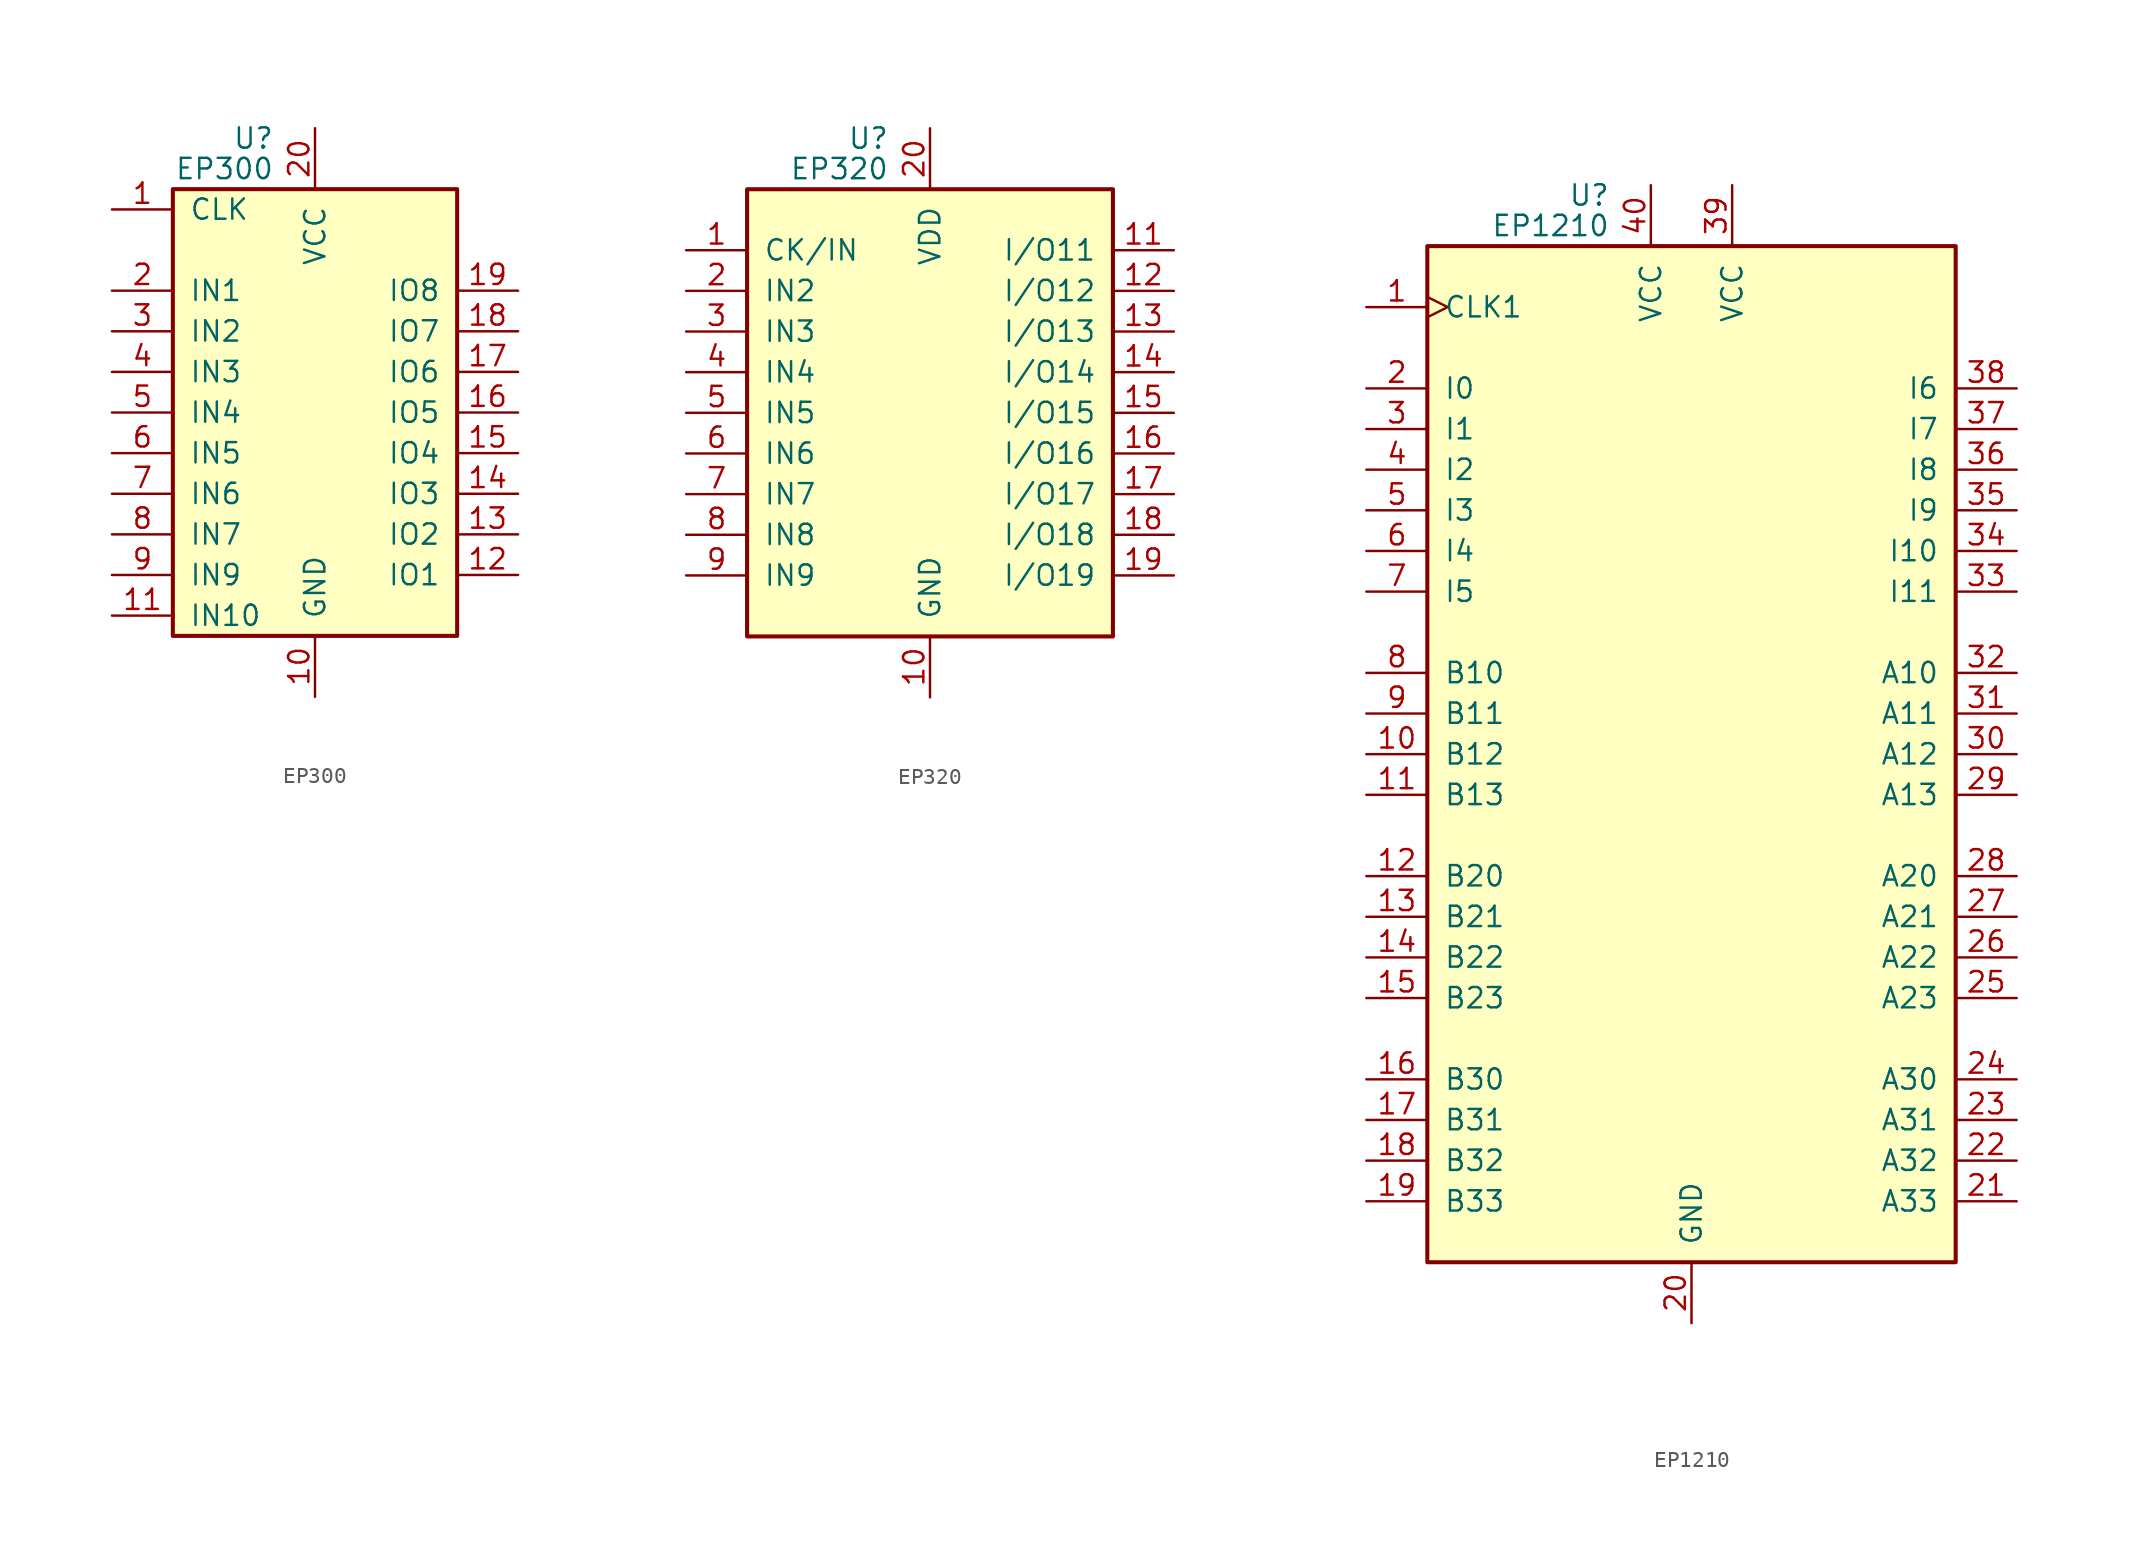
<source format=kicad_sym>
(kicad_symbol_lib
  (version 20241209)
  (generator "kicad_symbol_editor")
  (generator_version "9.0")
  (symbol "EP300"
    (pin_names
      (offset 1.016))
    (property "Reference" "U"
      (at -2.54 17.145 0)
      (effects (font (size 1.27 1.27)) (justify right)))
    (property "Value" "EP300"
      (at -2.54 15.24 0)
      (effects (font (size 1.27 1.27)) (justify right)))
    (symbol "EP300_0_1"
      (rectangle (start -8.89 -13.97) (end 8.89 13.97) (stroke (width 0.254) (type default)) (fill (type background))))
    (symbol "EP300_1_1"
      (pin input line (at -12.7 12.7 0) (length 3.81) (name "CLK" (effects (font (size 1.27 1.27)))) (number "1" (effects (font (size 1.27 1.27)))))
      (pin input line (at -12.7 7.62 0) (length 3.81) (name "IN1" (effects (font (size 1.27 1.27)))) (number "2" (effects (font (size 1.27 1.27)))))
      (pin input line (at -12.7 5.08 0) (length 3.81) (name "IN2" (effects (font (size 1.27 1.27)))) (number "3" (effects (font (size 1.27 1.27)))))
      (pin input line (at -12.7 2.54 0) (length 3.81) (name "IN3" (effects (font (size 1.27 1.27)))) (number "4" (effects (font (size 1.27 1.27)))))
      (pin input line (at -12.7 0 0) (length 3.81) (name "IN4" (effects (font (size 1.27 1.27)))) (number "5" (effects (font (size 1.27 1.27)))))
      (pin input line (at -12.7 -2.54 0) (length 3.81) (name "IN5" (effects (font (size 1.27 1.27)))) (number "6" (effects (font (size 1.27 1.27)))))
      (pin input line (at -12.7 -5.08 0) (length 3.81) (name "IN6" (effects (font (size 1.27 1.27)))) (number "7" (effects (font (size 1.27 1.27)))))
      (pin input line (at -12.7 -7.62 0) (length 3.81) (name "IN7" (effects (font (size 1.27 1.27)))) (number "8" (effects (font (size 1.27 1.27)))))
      (pin input line (at -12.7 -10.16 0) (length 3.81) (name "IN9" (effects (font (size 1.27 1.27)))) (number "9" (effects (font (size 1.27 1.27)))))
      (pin input line (at -12.7 -12.7 0) (length 3.81) (name "IN10" (effects (font (size 1.27 1.27)))) (number "11" (effects (font (size 1.27 1.27)))))
      (pin power_in line (at 0 17.78 270) (length 3.81) (name "VCC" (effects (font (size 1.27 1.27)))) (number "20" (effects (font (size 1.27 1.27)))))
      (pin power_in line (at 0 -17.78 90) (length 3.81) (name "GND" (effects (font (size 1.27 1.27)))) (number "10" (effects (font (size 1.27 1.27)))))
      (pin input line (at 12.7 7.62 180) (length 3.81) (name "IO8" (effects (font (size 1.27 1.27)))) (number "19" (effects (font (size 1.27 1.27)))))
      (pin input line (at 12.7 5.08 180) (length 3.81) (name "IO7" (effects (font (size 1.27 1.27)))) (number "18" (effects (font (size 1.27 1.27)))))
      (pin input line (at 12.7 2.54 180) (length 3.81) (name "IO6" (effects (font (size 1.27 1.27)))) (number "17" (effects (font (size 1.27 1.27)))))
      (pin input line (at 12.7 0 180) (length 3.81) (name "IO5" (effects (font (size 1.27 1.27)))) (number "16" (effects (font (size 1.27 1.27)))))
      (pin input line (at 12.7 -2.54 180) (length 3.81) (name "IO4" (effects (font (size 1.27 1.27)))) (number "15" (effects (font (size 1.27 1.27)))))
      (pin input line (at 12.7 -5.08 180) (length 3.81) (name "IO3" (effects (font (size 1.27 1.27)))) (number "14" (effects (font (size 1.27 1.27)))))
      (pin input line (at 12.7 -7.62 180) (length 3.81) (name "IO2" (effects (font (size 1.27 1.27)))) (number "13" (effects (font (size 1.27 1.27)))))
      (pin input line (at 12.7 -10.16 180) (length 3.81) (name "IO1" (effects (font (size 1.27 1.27)))) (number "12" (effects (font (size 1.27 1.27)))))))
  (symbol "EP320"
    (pin_names
      (offset 1.016))
    (property "Reference" "U"
      (at -2.54 17.145 0)
      (effects (font (size 1.27 1.27)) (justify right)))
    (property "Value" "EP320"
      (at -2.54 15.24 0)
      (effects (font (size 1.27 1.27)) (justify right)))
    (symbol "EP320_0_1"
      (rectangle (start -11.43 -13.97) (end 11.43 13.97) (stroke (width 0.254) (type default)) (fill (type background))))
    (symbol "EP320_1_1"
      (pin input line (at -15.24 10.16 0) (length 3.81) (name "CK/IN" (effects (font (size 1.27 1.27)))) (number "1" (effects (font (size 1.27 1.27)))))
      (pin input line (at -15.24 7.62 0) (length 3.81) (name "IN2" (effects (font (size 1.27 1.27)))) (number "2" (effects (font (size 1.27 1.27)))))
      (pin input line (at -15.24 5.08 0) (length 3.81) (name "IN3" (effects (font (size 1.27 1.27)))) (number "3" (effects (font (size 1.27 1.27)))))
      (pin input line (at -15.24 2.54 0) (length 3.81) (name "IN4" (effects (font (size 1.27 1.27)))) (number "4" (effects (font (size 1.27 1.27)))))
      (pin input line (at -15.24 0 0) (length 3.81) (name "IN5" (effects (font (size 1.27 1.27)))) (number "5" (effects (font (size 1.27 1.27)))))
      (pin input line (at -15.24 -2.54 0) (length 3.81) (name "IN6" (effects (font (size 1.27 1.27)))) (number "6" (effects (font (size 1.27 1.27)))))
      (pin input line (at -15.24 -5.08 0) (length 3.81) (name "IN7" (effects (font (size 1.27 1.27)))) (number "7" (effects (font (size 1.27 1.27)))))
      (pin input line (at -15.24 -7.62 0) (length 3.81) (name "IN8" (effects (font (size 1.27 1.27)))) (number "8" (effects (font (size 1.27 1.27)))))
      (pin input line (at -15.24 -10.16 0) (length 3.81) (name "IN9" (effects (font (size 1.27 1.27)))) (number "9" (effects (font (size 1.27 1.27)))))
      (pin power_in line (at 0 17.78 270) (length 3.81) (name "VDD" (effects (font (size 1.27 1.27)))) (number "20" (effects (font (size 1.27 1.27)))))
      (pin power_in line (at 0 -17.78 90) (length 3.81) (name "GND" (effects (font (size 1.27 1.27)))) (number "10" (effects (font (size 1.27 1.27)))))
      (pin bidirectional line (at 15.24 10.16 180) (length 3.81) (name "I/O11" (effects (font (size 1.27 1.27)))) (number "11" (effects (font (size 1.27 1.27)))))
      (pin bidirectional line (at 15.24 7.62 180) (length 3.81) (name "I/O12" (effects (font (size 1.27 1.27)))) (number "12" (effects (font (size 1.27 1.27)))))
      (pin bidirectional line (at 15.24 5.08 180) (length 3.81) (name "I/O13" (effects (font (size 1.27 1.27)))) (number "13" (effects (font (size 1.27 1.27)))))
      (pin bidirectional line (at 15.24 2.54 180) (length 3.81) (name "I/O14" (effects (font (size 1.27 1.27)))) (number "14" (effects (font (size 1.27 1.27)))))
      (pin bidirectional line (at 15.24 0 180) (length 3.81) (name "I/O15" (effects (font (size 1.27 1.27)))) (number "15" (effects (font (size 1.27 1.27)))))
      (pin bidirectional line (at 15.24 -2.54 180) (length 3.81) (name "I/O16" (effects (font (size 1.27 1.27)))) (number "16" (effects (font (size 1.27 1.27)))))
      (pin bidirectional line (at 15.24 -5.08 180) (length 3.81) (name "I/O17" (effects (font (size 1.27 1.27)))) (number "17" (effects (font (size 1.27 1.27)))))
      (pin bidirectional line (at 15.24 -7.62 180) (length 3.81) (name "I/O18" (effects (font (size 1.27 1.27)))) (number "18" (effects (font (size 1.27 1.27)))))
      (pin bidirectional line (at 15.24 -10.16 180) (length 3.81) (name "I/O19" (effects (font (size 1.27 1.27)))) (number "19" (effects (font (size 1.27 1.27)))))))
  (symbol "EP1210"
    (pin_names
      (offset 1.016))
    (property "Reference" "U"
      (at -5.08 34.925 0)
      (effects (font (size 1.27 1.27)) (justify right)))
    (property "Value" "EP1210"
      (at -5.08 33.02 0)
      (effects (font (size 1.27 1.27)) (justify right)))
    (symbol "EP1210_0_1"
      (rectangle (start -16.51 -31.75) (end 16.51 31.75) (stroke (width 0.254) (type default)) (fill (type background))))
    (symbol "EP1210_1_1"
      (pin input clock (at -20.32 27.94 0) (length 3.81) (name "CLK1" (effects (font (size 1.27 1.27)))) (number "1" (effects (font (size 1.27 1.27)))))
      (pin input line (at -20.32 22.86 0) (length 3.81) (name "I0" (effects (font (size 1.27 1.27)))) (number "2" (effects (font (size 1.27 1.27)))))
      (pin input line (at -20.32 20.32 0) (length 3.81) (name "I1" (effects (font (size 1.27 1.27)))) (number "3" (effects (font (size 1.27 1.27)))))
      (pin input line (at -20.32 17.78 0) (length 3.81) (name "I2" (effects (font (size 1.27 1.27)))) (number "4" (effects (font (size 1.27 1.27)))))
      (pin input line (at -20.32 15.24 0) (length 3.81) (name "I3" (effects (font (size 1.27 1.27)))) (number "5" (effects (font (size 1.27 1.27)))))
      (pin input line (at -20.32 12.7 0) (length 3.81) (name "I4" (effects (font (size 1.27 1.27)))) (number "6" (effects (font (size 1.27 1.27)))))
      (pin input line (at -20.32 10.16 0) (length 3.81) (name "I5" (effects (font (size 1.27 1.27)))) (number "7" (effects (font (size 1.27 1.27)))))
      (pin input line (at -20.32 5.08 0) (length 3.81) (name "B10" (effects (font (size 1.27 1.27)))) (number "8" (effects (font (size 1.27 1.27)))))
      (pin input line (at -20.32 2.54 0) (length 3.81) (name "B11" (effects (font (size 1.27 1.27)))) (number "9" (effects (font (size 1.27 1.27)))))
      (pin input line (at -20.32 0 0) (length 3.81) (name "B12" (effects (font (size 1.27 1.27)))) (number "10" (effects (font (size 1.27 1.27)))))
      (pin input line (at -20.32 -2.54 0) (length 3.81) (name "B13" (effects (font (size 1.27 1.27)))) (number "11" (effects (font (size 1.27 1.27)))))
      (pin input line (at -20.32 -7.62 0) (length 3.81) (name "B20" (effects (font (size 1.27 1.27)))) (number "12" (effects (font (size 1.27 1.27)))))
      (pin input line (at -20.32 -10.16 0) (length 3.81) (name "B21" (effects (font (size 1.27 1.27)))) (number "13" (effects (font (size 1.27 1.27)))))
      (pin input line (at -20.32 -12.7 0) (length 3.81) (name "B22" (effects (font (size 1.27 1.27)))) (number "14" (effects (font (size 1.27 1.27)))))
      (pin input line (at -20.32 -15.24 0) (length 3.81) (name "B23" (effects (font (size 1.27 1.27)))) (number "15" (effects (font (size 1.27 1.27)))))
      (pin input line (at -20.32 -20.32 0) (length 3.81) (name "B30" (effects (font (size 1.27 1.27)))) (number "16" (effects (font (size 1.27 1.27)))))
      (pin input line (at -20.32 -22.86 0) (length 3.81) (name "B31" (effects (font (size 1.27 1.27)))) (number "17" (effects (font (size 1.27 1.27)))))
      (pin input line (at -20.32 -25.4 0) (length 3.81) (name "B32" (effects (font (size 1.27 1.27)))) (number "18" (effects (font (size 1.27 1.27)))))
      (pin input line (at -20.32 -27.94 0) (length 3.81) (name "B33" (effects (font (size 1.27 1.27)))) (number "19" (effects (font (size 1.27 1.27)))))
      (pin power_in line (at -2.54 35.56 270) (length 3.81) (name "VCC" (effects (font (size 1.27 1.27)))) (number "40" (effects (font (size 1.27 1.27)))))
      (pin power_in line (at 0 -35.56 90) (length 3.81) (name "GND" (effects (font (size 1.27 1.27)))) (number "20" (effects (font (size 1.27 1.27)))))
      (pin power_in line (at 2.54 35.56 270) (length 3.81) (name "VCC" (effects (font (size 1.27 1.27)))) (number "39" (effects (font (size 1.27 1.27)))))
      (pin input line (at 20.32 22.86 180) (length 3.81) (name "I6" (effects (font (size 1.27 1.27)))) (number "38" (effects (font (size 1.27 1.27)))))
      (pin input line (at 20.32 20.32 180) (length 3.81) (name "I7" (effects (font (size 1.27 1.27)))) (number "37" (effects (font (size 1.27 1.27)))))
      (pin input line (at 20.32 17.78 180) (length 3.81) (name "I8" (effects (font (size 1.27 1.27)))) (number "36" (effects (font (size 1.27 1.27)))))
      (pin input line (at 20.32 15.24 180) (length 3.81) (name "I9" (effects (font (size 1.27 1.27)))) (number "35" (effects (font (size 1.27 1.27)))))
      (pin input line (at 20.32 12.7 180) (length 3.81) (name "I10" (effects (font (size 1.27 1.27)))) (number "34" (effects (font (size 1.27 1.27)))))
      (pin input line (at 20.32 10.16 180) (length 3.81) (name "I11" (effects (font (size 1.27 1.27)))) (number "33" (effects (font (size 1.27 1.27)))))
      (pin input line (at 20.32 5.08 180) (length 3.81) (name "A10" (effects (font (size 1.27 1.27)))) (number "32" (effects (font (size 1.27 1.27)))))
      (pin input line (at 20.32 2.54 180) (length 3.81) (name "A11" (effects (font (size 1.27 1.27)))) (number "31" (effects (font (size 1.27 1.27)))))
      (pin input line (at 20.32 0 180) (length 3.81) (name "A12" (effects (font (size 1.27 1.27)))) (number "30" (effects (font (size 1.27 1.27)))))
      (pin input line (at 20.32 -2.54 180) (length 3.81) (name "A13" (effects (font (size 1.27 1.27)))) (number "29" (effects (font (size 1.27 1.27)))))
      (pin input line (at 20.32 -7.62 180) (length 3.81) (name "A20" (effects (font (size 1.27 1.27)))) (number "28" (effects (font (size 1.27 1.27)))))
      (pin input line (at 20.32 -10.16 180) (length 3.81) (name "A21" (effects (font (size 1.27 1.27)))) (number "27" (effects (font (size 1.27 1.27)))))
      (pin input line (at 20.32 -12.7 180) (length 3.81) (name "A22" (effects (font (size 1.27 1.27)))) (number "26" (effects (font (size 1.27 1.27)))))
      (pin input line (at 20.32 -15.24 180) (length 3.81) (name "A23" (effects (font (size 1.27 1.27)))) (number "25" (effects (font (size 1.27 1.27)))))
      (pin input line (at 20.32 -20.32 180) (length 3.81) (name "A30" (effects (font (size 1.27 1.27)))) (number "24" (effects (font (size 1.27 1.27)))))
      (pin input line (at 20.32 -22.86 180) (length 3.81) (name "A31" (effects (font (size 1.27 1.27)))) (number "23" (effects (font (size 1.27 1.27)))))
      (pin input line (at 20.32 -25.4 180) (length 3.81) (name "A32" (effects (font (size 1.27 1.27)))) (number "22" (effects (font (size 1.27 1.27)))))
      (pin input line (at 20.32 -27.94 180) (length 3.81) (name "A33" (effects (font (size 1.27 1.27)))) (number "21" (effects (font (size 1.27 1.27))))))))
</source>
